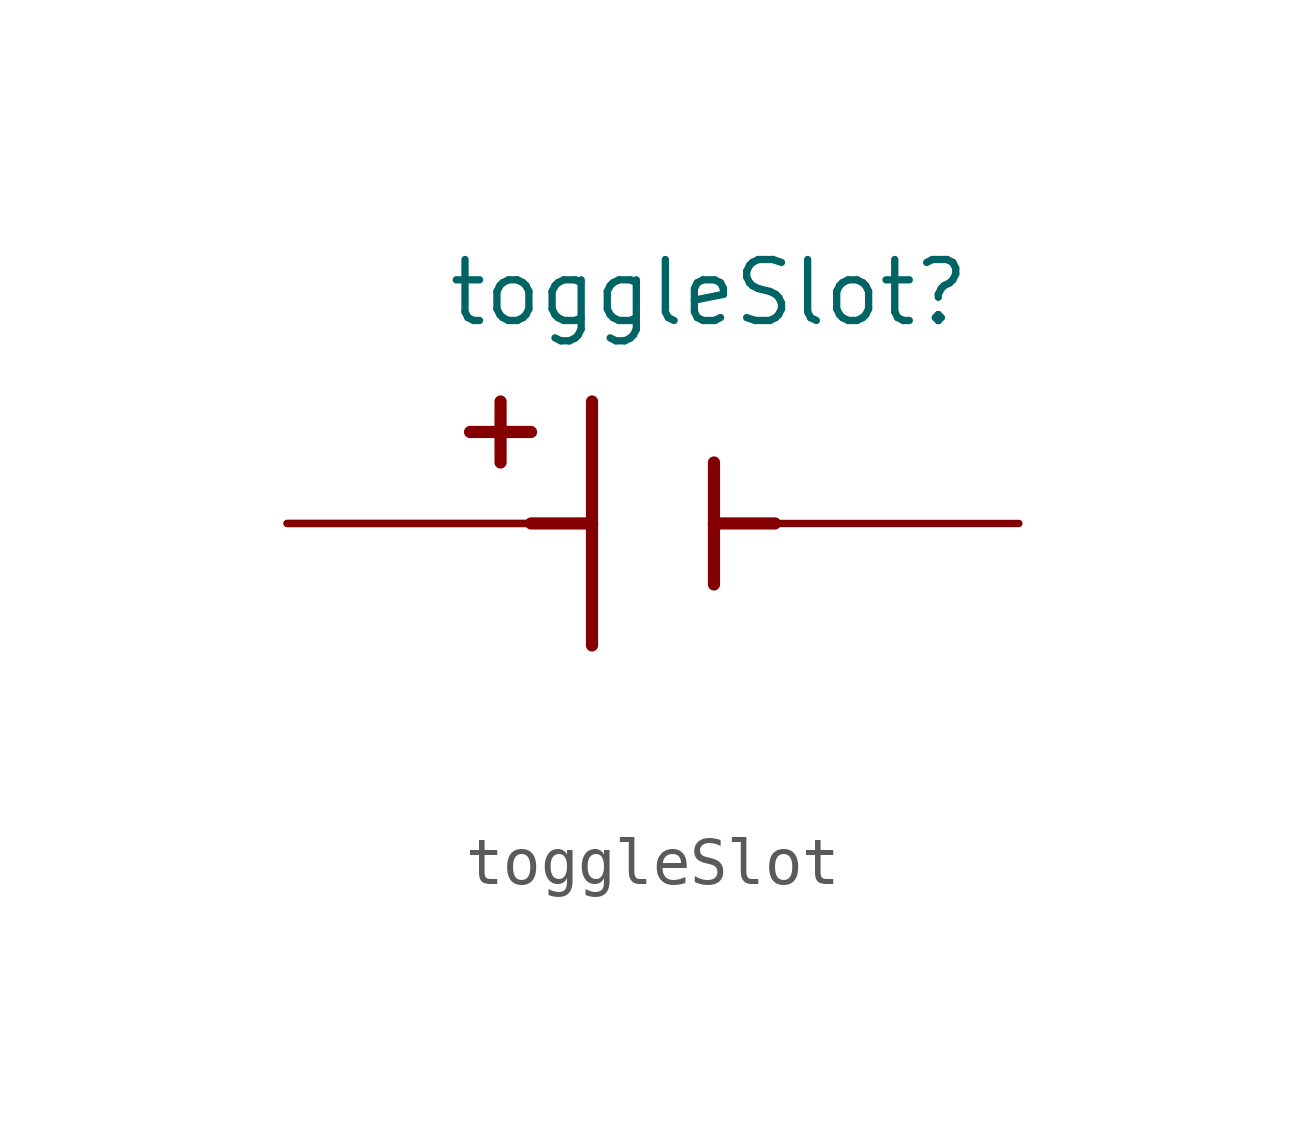
<source format=kicad_sym>
(kicad_symbol_lib
  (version 20231120)
  (generator "kicad_symbol_editor")
  (generator_version "8.0")
  (symbol "toggleSlot"
    (pin_numbers hide)
    (pin_names
      (offset 1.016) hide)
    (property "Reference" "toggleSlot"
      (at -4.318 4.064 0)
      (effects (font (size 1.27 1.27)) (justify left bottom)))
    (property "Value" ""
      (at -3.81 -5.08 0)
      (effects (font (size 1.27 1.27)) (justify left bottom)))
    (symbol "toggleSlot_0_0"
      (polyline (pts (xy -3.81 1.905) (xy -2.54 1.905)) (stroke (width 0.254) (type default)) (fill (type none)))
      (polyline (pts (xy -3.175 2.54) (xy -3.175 1.27)) (stroke (width 0.254) (type default)) (fill (type none)))
      (polyline (pts (xy -1.27 0) (xy -2.54 0)) (stroke (width 0.254) (type default)) (fill (type none)))
      (polyline (pts (xy -1.27 0) (xy -1.27 -2.54)) (stroke (width 0.254) (type default)) (fill (type none)))
      (polyline (pts (xy -1.27 2.54) (xy -1.27 0)) (stroke (width 0.254) (type default)) (fill (type none)))
      (polyline (pts (xy 1.27 0) (xy 1.27 -1.27)) (stroke (width 0.254) (type default)) (fill (type none)))
      (polyline (pts (xy 1.27 0) (xy 2.54 0)) (stroke (width 0.254) (type default)) (fill (type none)))
      (polyline (pts (xy 1.27 1.27) (xy 1.27 0)) (stroke (width 0.254) (type default)) (fill (type none)))
      (pin passive line (at 7.62 0 180) (length 5.08) (name "~" (effects (font (size 1.016 1.016)))) (number "N1" (effects (font (size 1.016 1.016)))))
      (pin passive line (at -7.62 0 0) (length 5.08) (name "~" (effects (font (size 1.016 1.016)))) (number "P1" (effects (font (size 1.016 1.016)))))
      (pin passive line (at -7.62 0 0) (length 5.08) (name "~" (effects (font (size 1.016 1.016)))) (number "P2" (effects (font (size 1.016 1.016))))))))
</source>
